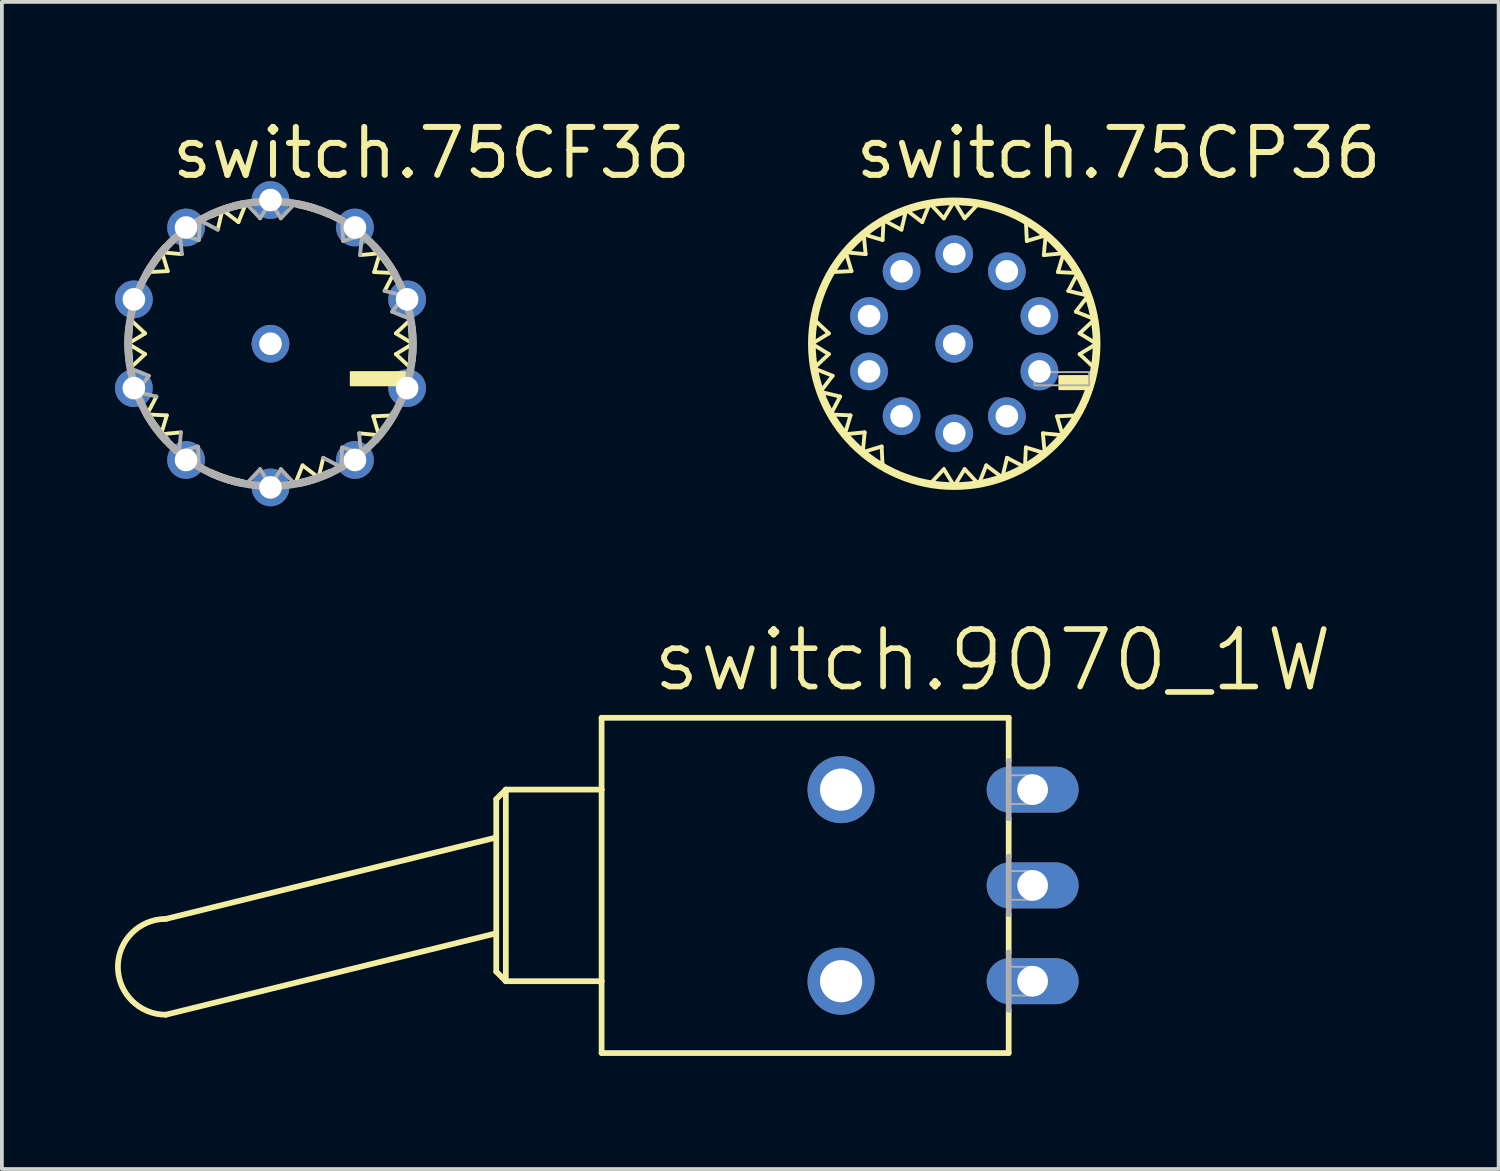
<source format=kicad_pcb>
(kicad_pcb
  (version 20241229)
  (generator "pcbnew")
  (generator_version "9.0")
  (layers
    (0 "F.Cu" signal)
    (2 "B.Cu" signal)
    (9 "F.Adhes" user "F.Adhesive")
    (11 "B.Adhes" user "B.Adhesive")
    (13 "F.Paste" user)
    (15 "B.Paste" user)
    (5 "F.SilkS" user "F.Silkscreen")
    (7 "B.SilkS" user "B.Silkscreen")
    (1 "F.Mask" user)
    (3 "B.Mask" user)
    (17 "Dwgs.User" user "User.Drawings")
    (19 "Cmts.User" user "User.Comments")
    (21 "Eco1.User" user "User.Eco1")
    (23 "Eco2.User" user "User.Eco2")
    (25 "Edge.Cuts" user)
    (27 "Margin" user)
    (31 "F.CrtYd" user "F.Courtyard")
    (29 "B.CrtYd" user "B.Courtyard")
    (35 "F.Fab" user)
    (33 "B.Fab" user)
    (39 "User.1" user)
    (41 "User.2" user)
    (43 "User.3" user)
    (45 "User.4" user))
  (footprint "switch.75CP36"
    (layer "F.Cu")
    (at 22.254 6.065)
    (property "Reference" "switch.75CP36" (at -2.7 -4.315 0) (layer "F.SilkS") (effects (font (size 1.27 1.27) (thickness 0.16)) (justify left bottom)))
    (attr through_hole)
    (fp_line (start -3.775 0) (end -3.325 -0.275) (stroke (width 0.102) (type default)) (layer "F.SilkS"))
    (fp_line (start -3.775 0) (end -3.325 0.275) (stroke (width 0.102) (type default)) (layer "F.SilkS"))
    (fp_line (start -3.725 0.65) (end -3.225 0.85) (stroke (width 0.102) (type default)) (layer "F.SilkS"))
    (fp_line (start -3.55 1.275) (end -3.025 1.4) (stroke (width 0.102) (type default)) (layer "F.SilkS"))
    (fp_line (start -3.325 -0.275) (end -3.725 -0.65) (stroke (width 0.102) (type default)) (layer "F.SilkS"))
    (fp_line (start -3.325 0.275) (end -3.725 0.65) (stroke (width 0.102) (type default)) (layer "F.SilkS"))
    (fp_line (start -3.275 1.875) (end -2.75 1.9) (stroke (width 0.102) (type default)) (layer "F.SilkS"))
    (fp_line (start -3.225 0.85) (end -3.55 1.275) (stroke (width 0.102) (type default)) (layer "F.SilkS"))
    (fp_line (start -3.025 1.4) (end -3.275 1.875) (stroke (width 0.102) (type default)) (layer "F.SilkS"))
    (fp_line (start -2.9 2.4) (end -2.375 2.35) (stroke (width 0.102) (type default)) (layer "F.SilkS"))
    (fp_line (start -2.875 -2.425) (end -2.725 -1.925) (stroke (width 0.102) (type default)) (layer "F.SilkS"))
    (fp_line (start -2.75 1.9) (end -2.9 2.4) (stroke (width 0.102) (type default)) (layer "F.SilkS"))
    (fp_line (start -2.725 -1.925) (end -3.25 -1.9) (stroke (width 0.102) (type default)) (layer "F.SilkS"))
    (fp_line (start -2.425 2.875) (end -1.925 2.725) (stroke (width 0.102) (type default)) (layer "F.SilkS"))
    (fp_line (start -2.4 -2.9) (end -2.35 -2.375) (stroke (width 0.102) (type default)) (layer "F.SilkS"))
    (fp_line (start -2.375 2.35) (end -2.425 2.875) (stroke (width 0.102) (type default)) (layer "F.SilkS"))
    (fp_line (start -2.35 -2.375) (end -2.875 -2.425) (stroke (width 0.102) (type default)) (layer "F.SilkS"))
    (fp_line (start -1.925 2.725) (end -1.9 3.25) (stroke (width 0.102) (type default)) (layer "F.SilkS"))
    (fp_line (start -1.9 -2.75) (end -2.4 -2.9) (stroke (width 0.102) (type default)) (layer "F.SilkS"))
    (fp_line (start -1.875 -3.275) (end -1.9 -2.75) (stroke (width 0.102) (type default)) (layer "F.SilkS"))
    (fp_line (start -1.4 -3.025) (end -1.875 -3.275) (stroke (width 0.102) (type default)) (layer "F.SilkS"))
    (fp_line (start -1.275 -3.55) (end -1.4 -3.025) (stroke (width 0.102) (type default)) (layer "F.SilkS"))
    (fp_line (start -0.85 -3.225) (end -1.275 -3.55) (stroke (width 0.102) (type default)) (layer "F.SilkS"))
    (fp_line (start -0.65 -3.725) (end -0.85 -3.225) (stroke (width 0.102) (type default)) (layer "F.SilkS"))
    (fp_line (start -0.275 -3.325) (end -0.65 -3.725) (stroke (width 0.102) (type default)) (layer "F.SilkS"))
    (fp_line (start -0.275 3.325) (end -0.65 3.725) (stroke (width 0.102) (type default)) (layer "F.SilkS"))
    (fp_line (start 0 -3.775) (end -0.275 -3.325) (stroke (width 0.102) (type default)) (layer "F.SilkS"))
    (fp_line (start 0 -3.775) (end 0.275 -3.325) (stroke (width 0.102) (type default)) (layer "F.SilkS"))
    (fp_line (start 0 3.775) (end -0.275 3.325) (stroke (width 0.102) (type default)) (layer "F.SilkS"))
    (fp_line (start 0 3.775) (end 0.275 3.325) (stroke (width 0.102) (type default)) (layer "F.SilkS"))
    (fp_line (start 0.275 -3.325) (end 0.65 -3.725) (stroke (width 0.102) (type default)) (layer "F.SilkS"))
    (fp_line (start 0.275 3.325) (end 0.65 3.725) (stroke (width 0.102) (type default)) (layer "F.SilkS"))
    (fp_line (start 0.65 3.725) (end 0.85 3.225) (stroke (width 0.102) (type default)) (layer "F.SilkS"))
    (fp_line (start 0.85 3.225) (end 1.275 3.55) (stroke (width 0.102) (type default)) (layer "F.SilkS"))
    (fp_line (start 1.275 3.55) (end 1.4 3.025) (stroke (width 0.102) (type default)) (layer "F.SilkS"))
    (fp_line (start 1.4 3.025) (end 1.875 3.275) (stroke (width 0.102) (type default)) (layer "F.SilkS"))
    (fp_line (start 1.875 3.275) (end 1.9 2.75) (stroke (width 0.102) (type default)) (layer "F.SilkS"))
    (fp_line (start 1.9 2.75) (end 2.4 2.9) (stroke (width 0.102) (type default)) (layer "F.SilkS"))
    (fp_line (start 1.925 -2.725) (end 1.9 -3.25) (stroke (width 0.102) (type default)) (layer "F.SilkS"))
    (fp_line (start 2.35 2.375) (end 2.875 2.425) (stroke (width 0.102) (type default)) (layer "F.SilkS"))
    (fp_line (start 2.375 -2.35) (end 2.425 -2.875) (stroke (width 0.102) (type default)) (layer "F.SilkS"))
    (fp_line (start 2.4 2.9) (end 2.35 2.375) (stroke (width 0.102) (type default)) (layer "F.SilkS"))
    (fp_line (start 2.425 -2.875) (end 1.925 -2.725) (stroke (width 0.102) (type default)) (layer "F.SilkS"))
    (fp_line (start 2.725 1.925) (end 3.25 1.9) (stroke (width 0.102) (type default)) (layer "F.SilkS"))
    (fp_line (start 2.75 -1.9) (end 2.9 -2.4) (stroke (width 0.102) (type default)) (layer "F.SilkS"))
    (fp_line (start 2.875 2.425) (end 2.725 1.925) (stroke (width 0.102) (type default)) (layer "F.SilkS"))
    (fp_line (start 2.9 -2.4) (end 2.375 -2.35) (stroke (width 0.102) (type default)) (layer "F.SilkS"))
    (fp_line (start 3.025 -1.4) (end 3.275 -1.875) (stroke (width 0.102) (type default)) (layer "F.SilkS"))
    (fp_line (start 3.225 -0.85) (end 3.55 -1.275) (stroke (width 0.102) (type default)) (layer "F.SilkS"))
    (fp_line (start 3.275 -1.875) (end 2.75 -1.9) (stroke (width 0.102) (type default)) (layer "F.SilkS"))
    (fp_line (start 3.325 -0.275) (end 3.725 -0.65) (stroke (width 0.102) (type default)) (layer "F.SilkS"))
    (fp_line (start 3.325 0.275) (end 3.725 0.65) (stroke (width 0.102) (type default)) (layer "F.SilkS"))
    (fp_line (start 3.55 -1.275) (end 3.025 -1.4) (stroke (width 0.102) (type default)) (layer "F.SilkS"))
    (fp_line (start 3.725 -0.65) (end 3.225 -0.85) (stroke (width 0.102) (type default)) (layer "F.SilkS"))
    (fp_line (start 3.775 0) (end 3.325 -0.275) (stroke (width 0.102) (type default)) (layer "F.SilkS"))
    (fp_line (start 3.775 0) (end 3.325 0.275) (stroke (width 0.102) (type default)) (layer "F.SilkS"))
    (fp_rect (start 2.787 1.206) (end 3.562 0.856) (stroke (width 0.05) (type default)) (fill yes) (layer "F.SilkS"))
    (fp_circle (center 0 0) (end 3.775 0) (stroke (width 0.203) (type default)) (fill no) (layer "F.SilkS"))
    (fp_rect (start 2.128 1.102) (end 3.578 0.752) (stroke (width 0.05) (type default)) (fill no) (layer "F.Fab"))
    (pad "1" thru_hole circle (at 2.259 0.734 342) (size 1 1) (drill 0.6) (layers "*.Cu" "*.Mask"))
    (pad "2" thru_hole circle (at 1.396 1.921 306) (size 1 1) (drill 0.6) (layers "*.Cu" "*.Mask"))
    (pad "3" thru_hole circle (at 0 2.375 270) (size 1 1) (drill 0.6) (layers "*.Cu" "*.Mask"))
    (pad "4" thru_hole circle (at -1.396 1.921 234) (size 1 1) (drill 0.6) (layers "*.Cu" "*.Mask"))
    (pad "5" thru_hole circle (at -2.259 0.734 198) (size 1 1) (drill 0.6) (layers "*.Cu" "*.Mask"))
    (pad "6" thru_hole circle (at -2.259 -0.734 162) (size 1 1) (drill 0.6) (layers "*.Cu" "*.Mask"))
    (pad "7" thru_hole circle (at -1.396 -1.921 126) (size 1 1) (drill 0.6) (layers "*.Cu" "*.Mask"))
    (pad "8" thru_hole circle (at 0 -2.375 90) (size 1 1) (drill 0.6) (layers "*.Cu" "*.Mask"))
    (pad "9" thru_hole circle (at 1.396 -1.921 54) (size 1 1) (drill 0.6) (layers "*.Cu" "*.Mask"))
    (pad "10" thru_hole circle (at 2.259 -0.734 18) (size 1 1) (drill 0.6) (layers "*.Cu" "*.Mask"))
    (pad "C" thru_hole circle (at 0 0) (size 1 1) (drill 0.6) (layers "*.Cu" "*.Mask")))
  (footprint "switch.9070_1W"
    (layer "F.Cu")
    (at 19.253 20.429)
    (property "Reference" "switch.9070_1W" (at -5.08 -5.08 0) (layer "F.SilkS") (effects (font (size 1.524 1.524) (thickness 0.15)) (justify left bottom)))
    (attr through_hole)
    (fp_line (start -9.144 -2.286) (end -8.89 -2.54) (stroke (width 0.152) (type default)) (layer "F.SilkS"))
    (fp_line (start -9.144 -1.27) (end -17.907 0.889) (stroke (width 0.152) (type default)) (layer "F.SilkS"))
    (fp_line (start -9.144 -1.27) (end -9.144 -2.286) (stroke (width 0.152) (type default)) (layer "F.SilkS"))
    (fp_line (start -9.144 1.27) (end -17.907 3.429) (stroke (width 0.152) (type default)) (layer "F.SilkS"))
    (fp_line (start -9.144 1.27) (end -9.144 -1.27) (stroke (width 0.152) (type default)) (layer "F.SilkS"))
    (fp_line (start -9.144 2.286) (end -9.144 1.27) (stroke (width 0.152) (type default)) (layer "F.SilkS"))
    (fp_line (start -8.89 -2.54) (end -8.89 2.54) (stroke (width 0.152) (type default)) (layer "F.SilkS"))
    (fp_line (start -8.89 -2.54) (end -6.35 -2.54) (stroke (width 0.152) (type default)) (layer "F.SilkS"))
    (fp_line (start -8.89 2.54) (end -9.144 2.286) (stroke (width 0.152) (type default)) (layer "F.SilkS"))
    (fp_line (start -8.89 2.54) (end -6.35 2.54) (stroke (width 0.152) (type default)) (layer "F.SilkS"))
    (fp_line (start -6.35 -4.445) (end -6.35 -2.54) (stroke (width 0.152) (type default)) (layer "F.SilkS"))
    (fp_line (start -6.35 -2.54) (end -6.35 2.54) (stroke (width 0.152) (type default)) (layer "F.SilkS"))
    (fp_line (start -6.35 2.54) (end -6.35 4.445) (stroke (width 0.152) (type default)) (layer "F.SilkS"))
    (fp_line (start -6.35 4.445) (end 4.445 4.445) (stroke (width 0.152) (type default)) (layer "F.SilkS"))
    (fp_line (start 4.445 -4.445) (end -6.35 -4.445) (stroke (width 0.152) (type default)) (layer "F.SilkS"))
    (fp_line (start 4.445 -4.445) (end 4.445 -3.302) (stroke (width 0.152) (type default)) (layer "F.SilkS"))
    (fp_line (start 4.445 -1.778) (end 4.445 -0.762) (stroke (width 0.152) (type default)) (layer "F.SilkS"))
    (fp_line (start 4.445 1.778) (end 4.445 0.762) (stroke (width 0.152) (type default)) (layer "F.SilkS"))
    (fp_line (start 4.445 4.445) (end 4.445 3.302) (stroke (width 0.152) (type default)) (layer "F.SilkS"))
    (fp_arc (start -17.907 3.429) (mid -19.177 2.159) (end -17.907 0.889) (stroke (width 0.1524) (type default)) (layer "F.SilkS"))
    (fp_line (start 4.445 -1.778) (end 4.445 -3.302) (stroke (width 0.152) (type default)) (layer "F.Fab"))
    (fp_line (start 4.445 -0.762) (end 4.445 0.762) (stroke (width 0.152) (type default)) (layer "F.Fab"))
    (fp_line (start 4.445 1.778) (end 4.445 3.302) (stroke (width 0.152) (type default)) (layer "F.Fab"))
    (fp_rect (start 4.445 -2.159) (end 5.08 -2.921) (stroke (width 0.05) (type default)) (fill no) (layer "F.Fab"))
    (fp_rect (start 4.445 0.381) (end 5.08 -0.381) (stroke (width 0.05) (type default)) (fill no) (layer "F.Fab"))
    (fp_rect (start 4.445 2.921) (end 5.08 2.159) (stroke (width 0.05) (type default)) (fill no) (layer "F.Fab"))
    (pad "1" thru_hole oval (at 5.08 2.54) (size 2.438 1.219) (drill 0.813) (layers "*.Cu" "*.Mask"))
    (pad "2" thru_hole oval (at 5.08 0) (size 2.438 1.219) (drill 0.813) (layers "*.Cu" "*.Mask"))
    (pad "3" thru_hole oval (at 5.08 -2.54) (size 2.438 1.219) (drill 0.813) (layers "*.Cu" "*.Mask"))
    (pad "B" thru_hole circle (at 0 2.54) (size 1.778 1.778) (drill 1.118) (layers "*.Cu" "*.Mask"))
    (pad "B1" thru_hole circle (at 0 -2.54) (size 1.778 1.778) (drill 1.118) (layers "*.Cu" "*.Mask")))
  (footprint "switch.75CF36"
    (layer "F.Cu")
    (at 4.123 6.065)
    (property "Reference" "switch.75CF36" (at -2.7 -4.315 0) (layer "F.SilkS") (effects (font (size 1.27 1.27) (thickness 0.16)) (justify left bottom)))
    (attr through_hole)
    (fp_line (start -3.775 0) (end -3.325 -0.275) (stroke (width 0.102) (type default)) (layer "F.SilkS"))
    (fp_line (start -3.775 0) (end -3.325 0.275) (stroke (width 0.102) (type default)) (layer "F.SilkS"))
    (fp_line (start -3.325 -0.275) (end -3.725 -0.65) (stroke (width 0.102) (type default)) (layer "F.SilkS"))
    (fp_line (start -3.325 0.275) (end -3.725 0.65) (stroke (width 0.102) (type default)) (layer "F.SilkS"))
    (fp_line (start -3.275 1.875) (end -2.75 1.9) (stroke (width 0.102) (type default)) (layer "F.SilkS"))
    (fp_line (start -3.025 1.4) (end -3.275 1.875) (stroke (width 0.102) (type default)) (layer "F.SilkS"))
    (fp_line (start -2.9 2.4) (end -2.375 2.35) (stroke (width 0.102) (type default)) (layer "F.SilkS"))
    (fp_line (start -2.875 -2.425) (end -2.725 -1.925) (stroke (width 0.102) (type default)) (layer "F.SilkS"))
    (fp_line (start -2.75 1.9) (end -2.9 2.4) (stroke (width 0.102) (type default)) (layer "F.SilkS"))
    (fp_line (start -2.725 -1.925) (end -3.25 -1.9) (stroke (width 0.102) (type default)) (layer "F.SilkS"))
    (fp_line (start -2.35 -2.375) (end -2.875 -2.425) (stroke (width 0.102) (type default)) (layer "F.SilkS"))
    (fp_line (start -1.275 -3.55) (end -1.4 -3.025) (stroke (width 0.102) (type default)) (layer "F.SilkS"))
    (fp_line (start -0.85 -3.225) (end -1.275 -3.55) (stroke (width 0.102) (type default)) (layer "F.SilkS"))
    (fp_line (start -0.65 -3.725) (end -0.85 -3.225) (stroke (width 0.102) (type default)) (layer "F.SilkS"))
    (fp_line (start 0.65 3.725) (end 0.85 3.225) (stroke (width 0.102) (type default)) (layer "F.SilkS"))
    (fp_line (start 0.85 3.225) (end 1.275 3.55) (stroke (width 0.102) (type default)) (layer "F.SilkS"))
    (fp_line (start 1.275 3.55) (end 1.4 3.025) (stroke (width 0.102) (type default)) (layer "F.SilkS"))
    (fp_line (start 2.35 2.375) (end 2.875 2.425) (stroke (width 0.102) (type default)) (layer "F.SilkS"))
    (fp_line (start 2.725 1.925) (end 3.25 1.9) (stroke (width 0.102) (type default)) (layer "F.SilkS"))
    (fp_line (start 2.75 -1.9) (end 2.9 -2.4) (stroke (width 0.102) (type default)) (layer "F.SilkS"))
    (fp_line (start 2.875 2.425) (end 2.725 1.925) (stroke (width 0.102) (type default)) (layer "F.SilkS"))
    (fp_line (start 2.9 -2.4) (end 2.375 -2.35) (stroke (width 0.102) (type default)) (layer "F.SilkS"))
    (fp_line (start 3.025 -1.4) (end 3.275 -1.875) (stroke (width 0.102) (type default)) (layer "F.SilkS"))
    (fp_line (start 3.275 -1.875) (end 2.75 -1.9) (stroke (width 0.102) (type default)) (layer "F.SilkS"))
    (fp_line (start 3.325 -0.275) (end 3.725 -0.65) (stroke (width 0.102) (type default)) (layer "F.SilkS"))
    (fp_line (start 3.325 0.275) (end 3.725 0.65) (stroke (width 0.102) (type default)) (layer "F.SilkS"))
    (fp_line (start 3.775 0) (end 3.325 -0.275) (stroke (width 0.102) (type default)) (layer "F.SilkS"))
    (fp_line (start 3.775 0) (end 3.325 0.275) (stroke (width 0.102) (type default)) (layer "F.SilkS"))
    (fp_rect (start 2.128 1.102) (end 3.578 0.752) (stroke (width 0.05) (type default)) (fill yes) (layer "F.SilkS"))
    (fp_arc (start -3.744 0.4395) (mid -3.772389 0.00494) (end -3.7506 -0.43) (stroke (width 0.2032) (type default)) (layer "F.SilkS"))
    (fp_arc (start -3.2873 -1.8451) (mid -3.054809 -2.213393) (end -2.7815 -2.5525) (stroke (width 0.2032) (type default)) (layer "F.SilkS"))
    (fp_arc (start -2.7706 2.5562) (mid -3.048984 2.221299) (end -3.287 1.8566) (stroke (width 0.2032) (type default)) (layer "F.SilkS"))
    (fp_arc (start -1.575 -3.425) (mid -1.170434 -3.586302) (end -0.75 -3.7) (stroke (width 0.2032) (type default)) (layer "F.SilkS"))
    (fp_arc (start -0.7389 3.6965) (mid -1.160973 3.589168) (end -1.5679 3.434) (stroke (width 0.2032) (type default)) (layer "F.SilkS"))
    (fp_arc (start 0.7389 -3.6965) (mid 1.160973 -3.589168) (end 1.5679 -3.434) (stroke (width 0.2032) (type default)) (layer "F.SilkS"))
    (fp_arc (start 1.575 3.425) (mid 1.170434 3.586302) (end 0.75 3.7) (stroke (width 0.2032) (type default)) (layer "F.SilkS"))
    (fp_arc (start 2.7706 -2.5562) (mid 3.048984 -2.221299) (end 3.287 -1.8566) (stroke (width 0.2032) (type default)) (layer "F.SilkS"))
    (fp_arc (start 3.2873 1.8451) (mid 3.054809 2.213393) (end 2.7815 2.5525) (stroke (width 0.2032) (type default)) (layer "F.SilkS"))
    (fp_arc (start 3.744 -0.4395) (mid 3.772389 -0.00494) (end 3.7506 0.43) (stroke (width 0.2032) (type default)) (layer "F.SilkS"))
    (fp_line (start -3.725 0.65) (end -3.225 0.85) (stroke (width 0.102) (type default)) (layer "F.Fab"))
    (fp_line (start -3.55 1.275) (end -3.025 1.4) (stroke (width 0.102) (type default)) (layer "F.Fab"))
    (fp_line (start -3.225 0.85) (end -3.55 1.275) (stroke (width 0.102) (type default)) (layer "F.Fab"))
    (fp_line (start -2.425 2.875) (end -1.925 2.725) (stroke (width 0.102) (type default)) (layer "F.Fab"))
    (fp_line (start -2.4 -2.9) (end -2.35 -2.375) (stroke (width 0.102) (type default)) (layer "F.Fab"))
    (fp_line (start -2.375 2.35) (end -2.425 2.875) (stroke (width 0.102) (type default)) (layer "F.Fab"))
    (fp_line (start -1.925 2.725) (end -1.9 3.25) (stroke (width 0.102) (type default)) (layer "F.Fab"))
    (fp_line (start -1.9 -2.75) (end -2.4 -2.9) (stroke (width 0.102) (type default)) (layer "F.Fab"))
    (fp_line (start -1.875 -3.275) (end -1.9 -2.75) (stroke (width 0.102) (type default)) (layer "F.Fab"))
    (fp_line (start -1.4 -3.025) (end -1.875 -3.275) (stroke (width 0.102) (type default)) (layer "F.Fab"))
    (fp_line (start -0.275 -3.325) (end -0.65 -3.725) (stroke (width 0.102) (type default)) (layer "F.Fab"))
    (fp_line (start -0.275 3.325) (end -0.65 3.725) (stroke (width 0.102) (type default)) (layer "F.Fab"))
    (fp_line (start 0 -3.775) (end -0.275 -3.325) (stroke (width 0.102) (type default)) (layer "F.Fab"))
    (fp_line (start 0 -3.775) (end 0.275 -3.325) (stroke (width 0.102) (type default)) (layer "F.Fab"))
    (fp_line (start 0 3.775) (end -0.275 3.325) (stroke (width 0.102) (type default)) (layer "F.Fab"))
    (fp_line (start 0 3.775) (end 0.275 3.325) (stroke (width 0.102) (type default)) (layer "F.Fab"))
    (fp_line (start 0.275 -3.325) (end 0.65 -3.725) (stroke (width 0.102) (type default)) (layer "F.Fab"))
    (fp_line (start 0.275 3.325) (end 0.65 3.725) (stroke (width 0.102) (type default)) (layer "F.Fab"))
    (fp_line (start 1.4 3.025) (end 1.875 3.275) (stroke (width 0.102) (type default)) (layer "F.Fab"))
    (fp_line (start 1.875 3.275) (end 1.9 2.75) (stroke (width 0.102) (type default)) (layer "F.Fab"))
    (fp_line (start 1.9 2.75) (end 2.4 2.9) (stroke (width 0.102) (type default)) (layer "F.Fab"))
    (fp_line (start 1.925 -2.725) (end 1.9 -3.25) (stroke (width 0.102) (type default)) (layer "F.Fab"))
    (fp_line (start 2.375 -2.35) (end 2.425 -2.875) (stroke (width 0.102) (type default)) (layer "F.Fab"))
    (fp_line (start 2.4 2.9) (end 2.35 2.375) (stroke (width 0.102) (type default)) (layer "F.Fab"))
    (fp_line (start 2.425 -2.875) (end 1.925 -2.725) (stroke (width 0.102) (type default)) (layer "F.Fab"))
    (fp_line (start 3.225 -0.85) (end 3.55 -1.275) (stroke (width 0.102) (type default)) (layer "F.Fab"))
    (fp_line (start 3.55 -1.275) (end 3.025 -1.4) (stroke (width 0.102) (type default)) (layer "F.Fab"))
    (fp_line (start 3.725 -0.65) (end 3.225 -0.85) (stroke (width 0.102) (type default)) (layer "F.Fab"))
    (fp_circle (center 0 0) (end 3.775 0) (stroke (width 0.203) (type default)) (fill no) (layer "F.Fab"))
    (pad "1" thru_hole circle (at 3.623 1.177 342) (size 1 1) (drill 0.6) (layers "*.Cu" "*.Mask"))
    (pad "2" thru_hole circle (at 2.239 3.082 306) (size 1 1) (drill 0.6) (layers "*.Cu" "*.Mask"))
    (pad "3" thru_hole circle (at 0 3.81 270) (size 1 1) (drill 0.6) (layers "*.Cu" "*.Mask"))
    (pad "4" thru_hole circle (at -2.239 3.082 234) (size 1 1) (drill 0.6) (layers "*.Cu" "*.Mask"))
    (pad "5" thru_hole circle (at -3.623 1.177 198) (size 1 1) (drill 0.6) (layers "*.Cu" "*.Mask"))
    (pad "6" thru_hole circle (at -3.623 -1.177 162) (size 1 1) (drill 0.6) (layers "*.Cu" "*.Mask"))
    (pad "7" thru_hole circle (at -2.239 -3.082 126) (size 1 1) (drill 0.6) (layers "*.Cu" "*.Mask"))
    (pad "8" thru_hole circle (at 0 -3.81 90) (size 1 1) (drill 0.6) (layers "*.Cu" "*.Mask"))
    (pad "9" thru_hole circle (at 2.239 -3.082 54) (size 1 1) (drill 0.6) (layers "*.Cu" "*.Mask"))
    (pad "10" thru_hole circle (at 3.623 -1.177 18) (size 1 1) (drill 0.6) (layers "*.Cu" "*.Mask"))
    (pad "C" thru_hole circle (at 0 0) (size 1 1) (drill 0.6) (layers "*.Cu" "*.Mask")))
  (gr_rect
    (start -3 -3)
    (end 36.69 27.95)
    (stroke (width 0.1) (type default))
    (fill no)
    (layer "Edge.Cuts")))
</source>
